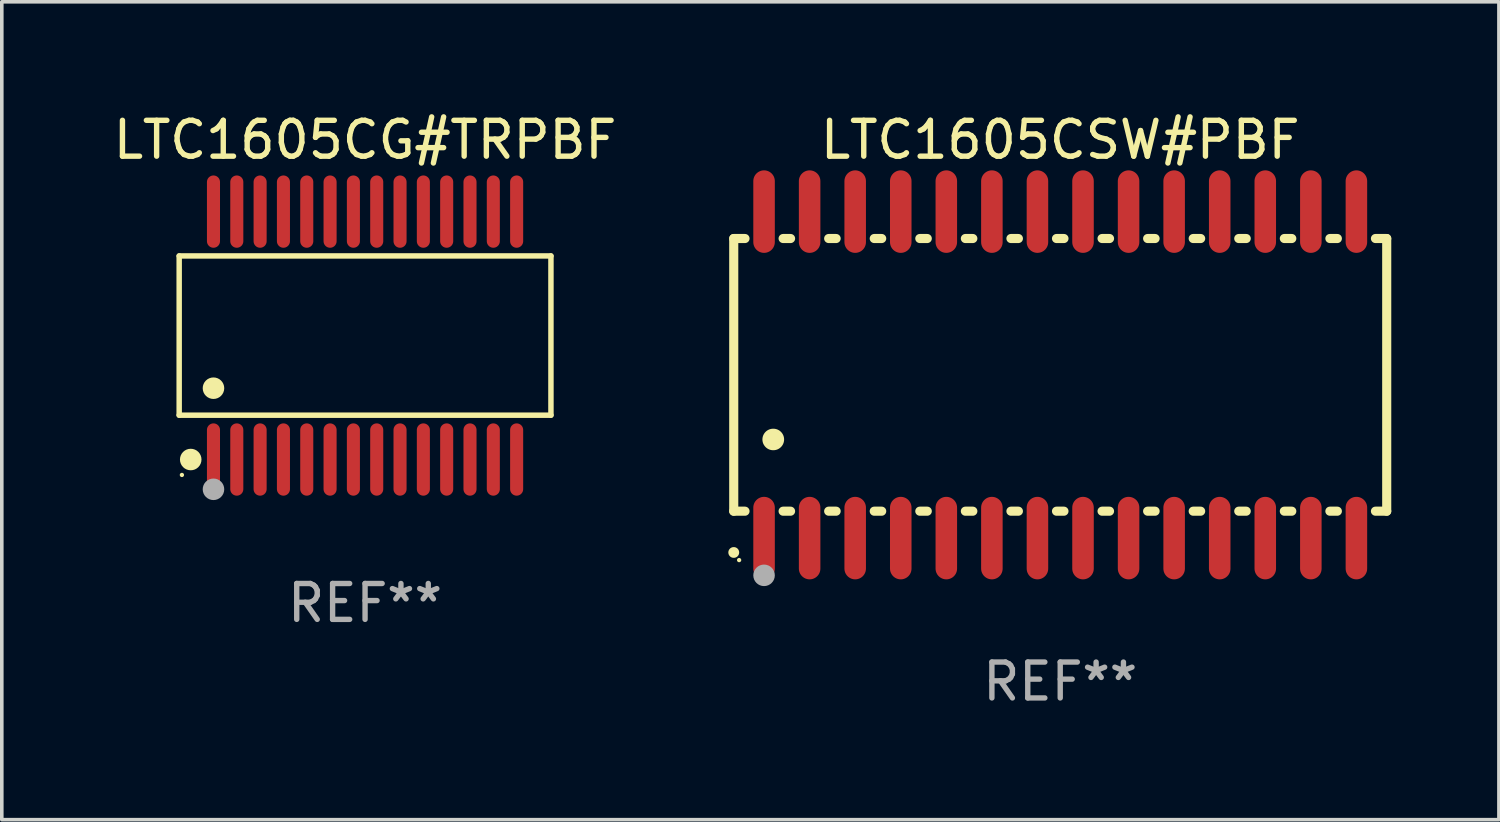
<source format=kicad_pcb>
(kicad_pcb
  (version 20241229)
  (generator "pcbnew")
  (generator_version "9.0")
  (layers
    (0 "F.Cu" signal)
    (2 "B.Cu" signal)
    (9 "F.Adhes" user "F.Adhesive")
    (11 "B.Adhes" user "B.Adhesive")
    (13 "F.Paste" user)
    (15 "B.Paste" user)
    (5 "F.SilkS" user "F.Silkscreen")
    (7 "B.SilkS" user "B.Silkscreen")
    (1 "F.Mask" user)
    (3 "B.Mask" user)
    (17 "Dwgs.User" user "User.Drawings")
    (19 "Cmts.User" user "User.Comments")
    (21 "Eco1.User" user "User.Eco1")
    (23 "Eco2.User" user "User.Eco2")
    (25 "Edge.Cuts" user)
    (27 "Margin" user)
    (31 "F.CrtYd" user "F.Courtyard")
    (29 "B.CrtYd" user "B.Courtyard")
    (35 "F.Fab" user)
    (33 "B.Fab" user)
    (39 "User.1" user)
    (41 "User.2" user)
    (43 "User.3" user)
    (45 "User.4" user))
  (footprint "LTC1605CG#TRPBF"
    (layer "F.Cu")
    (at 7.125 6.303)
    (property "Reference" "LTC1605CG#TRPBF" (at 0 -5.455 0) (layer "F.SilkS") (effects (font (size 1 1) (thickness 0.15))))
    (attr through_hole)
    (fp_line (start -5.181 -2.219) (end 5.181 -2.219) (stroke (width 0.152) (type solid)) (layer "F.SilkS"))
    (fp_line (start -5.181 2.219) (end -5.181 -2.219) (stroke (width 0.152) (type solid)) (layer "F.SilkS"))
    (fp_line (start 5.181 -2.219) (end 5.181 2.219) (stroke (width 0.152) (type solid)) (layer "F.SilkS"))
    (fp_line (start 5.181 2.219) (end -5.181 2.219) (stroke (width 0.152) (type solid)) (layer "F.SilkS"))
    (fp_circle (center -5.105 3.885) (end -5.075 3.885) (stroke (width 0.06) (type solid)) (fill no) (layer "F.SilkS"))
    (fp_circle (center -4.859 3.455) (end -4.709 3.455) (stroke (width 0.3) (type solid)) (fill no) (layer "F.SilkS"))
    (fp_circle (center -4.225 1.467) (end -4.075 1.467) (stroke (width 0.3) (type solid)) (fill no) (layer "F.SilkS"))
    (fp_circle (center -4.225 4.285) (end -4.075 4.285) (stroke (width 0.3) (type solid)) (fill no) (layer "F.Fab"))
    (fp_text user "REF**" (at 0 7.455 0) (layer "F.Fab") (effects (font (size 1 1) (thickness 0.15))))
    (pad "1" smd oval (at -4.225 3.455) (size 0.364 2.015) (layers "F.Cu" "F.Mask" "F.Paste"))
    (pad "2" smd oval (at -3.575 3.455) (size 0.364 2.015) (layers "F.Cu" "F.Mask" "F.Paste"))
    (pad "3" smd oval (at -2.925 3.455) (size 0.364 2.015) (layers "F.Cu" "F.Mask" "F.Paste"))
    (pad "4" smd oval (at -2.275 3.455) (size 0.364 2.015) (layers "F.Cu" "F.Mask" "F.Paste"))
    (pad "5" smd oval (at -1.625 3.455) (size 0.364 2.015) (layers "F.Cu" "F.Mask" "F.Paste"))
    (pad "6" smd oval (at -0.975 3.455) (size 0.364 2.015) (layers "F.Cu" "F.Mask" "F.Paste"))
    (pad "7" smd oval (at -0.325 3.455) (size 0.364 2.015) (layers "F.Cu" "F.Mask" "F.Paste"))
    (pad "8" smd oval (at 0.325 3.455) (size 0.364 2.015) (layers "F.Cu" "F.Mask" "F.Paste"))
    (pad "9" smd oval (at 0.975 3.455) (size 0.364 2.015) (layers "F.Cu" "F.Mask" "F.Paste"))
    (pad "10" smd oval (at 1.625 3.455) (size 0.364 2.015) (layers "F.Cu" "F.Mask" "F.Paste"))
    (pad "11" smd oval (at 2.275 3.455) (size 0.364 2.015) (layers "F.Cu" "F.Mask" "F.Paste"))
    (pad "12" smd oval (at 2.925 3.455) (size 0.364 2.015) (layers "F.Cu" "F.Mask" "F.Paste"))
    (pad "13" smd oval (at 3.575 3.455) (size 0.364 2.015) (layers "F.Cu" "F.Mask" "F.Paste"))
    (pad "14" smd oval (at 4.225 3.455) (size 0.364 2.015) (layers "F.Cu" "F.Mask" "F.Paste"))
    (pad "15" smd oval (at 4.225 -3.455) (size 0.364 2.015) (layers "F.Cu" "F.Mask" "F.Paste"))
    (pad "16" smd oval (at 3.575 -3.455) (size 0.364 2.015) (layers "F.Cu" "F.Mask" "F.Paste"))
    (pad "17" smd oval (at 2.925 -3.455) (size 0.364 2.015) (layers "F.Cu" "F.Mask" "F.Paste"))
    (pad "18" smd oval (at 2.275 -3.455) (size 0.364 2.015) (layers "F.Cu" "F.Mask" "F.Paste"))
    (pad "19" smd oval (at 1.625 -3.455) (size 0.364 2.015) (layers "F.Cu" "F.Mask" "F.Paste"))
    (pad "20" smd oval (at 0.975 -3.455) (size 0.364 2.015) (layers "F.Cu" "F.Mask" "F.Paste"))
    (pad "21" smd oval (at 0.325 -3.455) (size 0.364 2.015) (layers "F.Cu" "F.Mask" "F.Paste"))
    (pad "22" smd oval (at -0.325 -3.455) (size 0.364 2.015) (layers "F.Cu" "F.Mask" "F.Paste"))
    (pad "23" smd oval (at -0.975 -3.455) (size 0.364 2.015) (layers "F.Cu" "F.Mask" "F.Paste"))
    (pad "24" smd oval (at -1.625 -3.455) (size 0.364 2.015) (layers "F.Cu" "F.Mask" "F.Paste"))
    (pad "25" smd oval (at -2.275 -3.455) (size 0.364 2.015) (layers "F.Cu" "F.Mask" "F.Paste"))
    (pad "26" smd oval (at -2.925 -3.455) (size 0.364 2.015) (layers "F.Cu" "F.Mask" "F.Paste"))
    (pad "27" smd oval (at -3.575 -3.455) (size 0.364 2.015) (layers "F.Cu" "F.Mask" "F.Paste"))
    (pad "28" smd oval (at -4.225 -3.455) (size 0.364 2.015) (layers "F.Cu" "F.Mask" "F.Paste")))
  (footprint "LTC1605CSW#PBF"
    (layer "F.Cu")
    (at 26.501 7.398)
    (property "Reference" "LTC1605CSW#PBF" (at 0 -6.55 0) (layer "F.SilkS") (effects (font (size 1 1) (thickness 0.15))))
    (attr through_hole)
    (fp_line (start -9.1 -3.8) (end -9.1 3.8) (stroke (width 0.254) (type solid)) (layer "F.SilkS"))
    (fp_line (start -9.1 -3.8) (end -8.786 -3.8) (stroke (width 0.254) (type solid)) (layer "F.SilkS"))
    (fp_line (start -9.1 3.8) (end -8.786 3.8) (stroke (width 0.254) (type solid)) (layer "F.SilkS"))
    (fp_line (start -7.724 -3.8) (end -7.516 -3.8) (stroke (width 0.254) (type solid)) (layer "F.SilkS"))
    (fp_line (start -7.724 3.8) (end -7.516 3.8) (stroke (width 0.254) (type solid)) (layer "F.SilkS"))
    (fp_line (start -6.454 -3.8) (end -6.246 -3.8) (stroke (width 0.254) (type solid)) (layer "F.SilkS"))
    (fp_line (start -6.454 3.8) (end -6.246 3.8) (stroke (width 0.254) (type solid)) (layer "F.SilkS"))
    (fp_line (start -5.184 -3.8) (end -4.976 -3.8) (stroke (width 0.254) (type solid)) (layer "F.SilkS"))
    (fp_line (start -5.184 3.8) (end -4.976 3.8) (stroke (width 0.254) (type solid)) (layer "F.SilkS"))
    (fp_line (start -3.914 -3.8) (end -3.706 -3.8) (stroke (width 0.254) (type solid)) (layer "F.SilkS"))
    (fp_line (start -3.914 3.8) (end -3.706 3.8) (stroke (width 0.254) (type solid)) (layer "F.SilkS"))
    (fp_line (start -2.644 -3.8) (end -2.436 -3.8) (stroke (width 0.254) (type solid)) (layer "F.SilkS"))
    (fp_line (start -2.644 3.8) (end -2.436 3.8) (stroke (width 0.254) (type solid)) (layer "F.SilkS"))
    (fp_line (start -1.374 -3.8) (end -1.166 -3.8) (stroke (width 0.254) (type solid)) (layer "F.SilkS"))
    (fp_line (start -1.374 3.8) (end -1.166 3.8) (stroke (width 0.254) (type solid)) (layer "F.SilkS"))
    (fp_line (start -0.104 -3.8) (end 0.104 -3.8) (stroke (width 0.254) (type solid)) (layer "F.SilkS"))
    (fp_line (start -0.104 3.8) (end 0.104 3.8) (stroke (width 0.254) (type solid)) (layer "F.SilkS"))
    (fp_line (start 1.166 -3.8) (end 1.374 -3.8) (stroke (width 0.254) (type solid)) (layer "F.SilkS"))
    (fp_line (start 1.166 3.8) (end 1.374 3.8) (stroke (width 0.254) (type solid)) (layer "F.SilkS"))
    (fp_line (start 2.436 -3.8) (end 2.644 -3.8) (stroke (width 0.254) (type solid)) (layer "F.SilkS"))
    (fp_line (start 2.436 3.8) (end 2.644 3.8) (stroke (width 0.254) (type solid)) (layer "F.SilkS"))
    (fp_line (start 3.706 -3.8) (end 3.914 -3.8) (stroke (width 0.254) (type solid)) (layer "F.SilkS"))
    (fp_line (start 3.706 3.8) (end 3.914 3.8) (stroke (width 0.254) (type solid)) (layer "F.SilkS"))
    (fp_line (start 4.976 -3.8) (end 5.184 -3.8) (stroke (width 0.254) (type solid)) (layer "F.SilkS"))
    (fp_line (start 4.976 3.8) (end 5.184 3.8) (stroke (width 0.254) (type solid)) (layer "F.SilkS"))
    (fp_line (start 6.246 -3.8) (end 6.454 -3.8) (stroke (width 0.254) (type solid)) (layer "F.SilkS"))
    (fp_line (start 6.246 3.8) (end 6.454 3.8) (stroke (width 0.254) (type solid)) (layer "F.SilkS"))
    (fp_line (start 7.516 -3.8) (end 7.724 -3.8) (stroke (width 0.254) (type solid)) (layer "F.SilkS"))
    (fp_line (start 7.516 3.8) (end 7.724 3.8) (stroke (width 0.254) (type solid)) (layer "F.SilkS"))
    (fp_line (start 8.786 -3.8) (end 9.1 -3.8) (stroke (width 0.254) (type solid)) (layer "F.SilkS"))
    (fp_line (start 8.786 3.8) (end 9.1 3.8) (stroke (width 0.254) (type solid)) (layer "F.SilkS"))
    (fp_line (start 9.1 -3.8) (end 9.1 3.8) (stroke (width 0.254) (type solid)) (layer "F.SilkS"))
    (fp_arc (start -9.100864 4.95047) (mid -9.099594 4.950465) (end -9.098324 4.95047) (stroke (width 0.3) (type solid)) (layer "F.SilkS"))
    (fp_arc (start -8.001041 1.800864) (mid -7.998501 1.800853) (end -7.995961 1.800864) (stroke (width 0.6) (type solid)) (layer "F.SilkS"))
    (fp_circle (center -8.95 5.163) (end -8.92 5.163) (stroke (width 0.06) (type solid)) (fill no) (layer "F.SilkS"))
    (fp_circle (center -8.255 5.588) (end -8.105 5.588) (stroke (width 0.3) (type solid)) (fill no) (layer "F.Fab"))
    (fp_text user "REF**" (at 0 8.55 0) (layer "F.Fab") (effects (font (size 1 1) (thickness 0.15))))
    (pad "1" smd oval (at -8.255 4.55 180) (size 0.6 2.3) (layers "F.Cu" "F.Mask" "F.Paste"))
    (pad "2" smd oval (at -6.985 4.55 180) (size 0.6 2.3) (layers "F.Cu" "F.Mask" "F.Paste"))
    (pad "3" smd oval (at -5.715 4.55 180) (size 0.6 2.3) (layers "F.Cu" "F.Mask" "F.Paste"))
    (pad "4" smd oval (at -4.445 4.55 180) (size 0.6 2.3) (layers "F.Cu" "F.Mask" "F.Paste"))
    (pad "5" smd oval (at -3.175 4.55 180) (size 0.6 2.3) (layers "F.Cu" "F.Mask" "F.Paste"))
    (pad "6" smd oval (at -1.905 4.55 180) (size 0.6 2.3) (layers "F.Cu" "F.Mask" "F.Paste"))
    (pad "7" smd oval (at -0.635 4.55 180) (size 0.6 2.3) (layers "F.Cu" "F.Mask" "F.Paste"))
    (pad "8" smd oval (at 0.635 4.55 180) (size 0.6 2.3) (layers "F.Cu" "F.Mask" "F.Paste"))
    (pad "9" smd oval (at 1.905 4.55 180) (size 0.6 2.3) (layers "F.Cu" "F.Mask" "F.Paste"))
    (pad "10" smd oval (at 3.175 4.55 180) (size 0.6 2.3) (layers "F.Cu" "F.Mask" "F.Paste"))
    (pad "11" smd oval (at 4.445 4.55 180) (size 0.6 2.3) (layers "F.Cu" "F.Mask" "F.Paste"))
    (pad "12" smd oval (at 5.715 4.55 180) (size 0.6 2.3) (layers "F.Cu" "F.Mask" "F.Paste"))
    (pad "13" smd oval (at 6.985 4.55 180) (size 0.6 2.3) (layers "F.Cu" "F.Mask" "F.Paste"))
    (pad "14" smd oval (at 8.255 4.55 180) (size 0.6 2.3) (layers "F.Cu" "F.Mask" "F.Paste"))
    (pad "15" smd oval (at 8.255 -4.55 180) (size 0.6 2.3) (layers "F.Cu" "F.Mask" "F.Paste"))
    (pad "16" smd oval (at 6.985 -4.55 180) (size 0.6 2.3) (layers "F.Cu" "F.Mask" "F.Paste"))
    (pad "17" smd oval (at 5.715 -4.55 180) (size 0.6 2.3) (layers "F.Cu" "F.Mask" "F.Paste"))
    (pad "18" smd oval (at 4.445 -4.55 180) (size 0.6 2.3) (layers "F.Cu" "F.Mask" "F.Paste"))
    (pad "19" smd oval (at 3.175 -4.55 180) (size 0.6 2.3) (layers "F.Cu" "F.Mask" "F.Paste"))
    (pad "20" smd oval (at 1.905 -4.55 180) (size 0.6 2.3) (layers "F.Cu" "F.Mask" "F.Paste"))
    (pad "21" smd oval (at 0.635 -4.55 180) (size 0.6 2.3) (layers "F.Cu" "F.Mask" "F.Paste"))
    (pad "22" smd oval (at -0.635 -4.55 180) (size 0.6 2.3) (layers "F.Cu" "F.Mask" "F.Paste"))
    (pad "23" smd oval (at -1.905 -4.55 180) (size 0.6 2.3) (layers "F.Cu" "F.Mask" "F.Paste"))
    (pad "24" smd oval (at -3.175 -4.55 180) (size 0.6 2.3) (layers "F.Cu" "F.Mask" "F.Paste"))
    (pad "25" smd oval (at -4.445 -4.55 180) (size 0.6 2.3) (layers "F.Cu" "F.Mask" "F.Paste"))
    (pad "26" smd oval (at -5.715 -4.55 180) (size 0.6 2.3) (layers "F.Cu" "F.Mask" "F.Paste"))
    (pad "27" smd oval (at -6.985 -4.55 180) (size 0.6 2.3) (layers "F.Cu" "F.Mask" "F.Paste"))
    (pad "28" smd oval (at -8.255 -4.55 180) (size 0.6 2.3) (layers "F.Cu" "F.Mask" "F.Paste")))
  (gr_rect
    (start -3 -3)
    (end 38.728 19.796)
    (stroke (width 0.1) (type default))
    (fill no)
    (layer "Edge.Cuts")))
</source>
